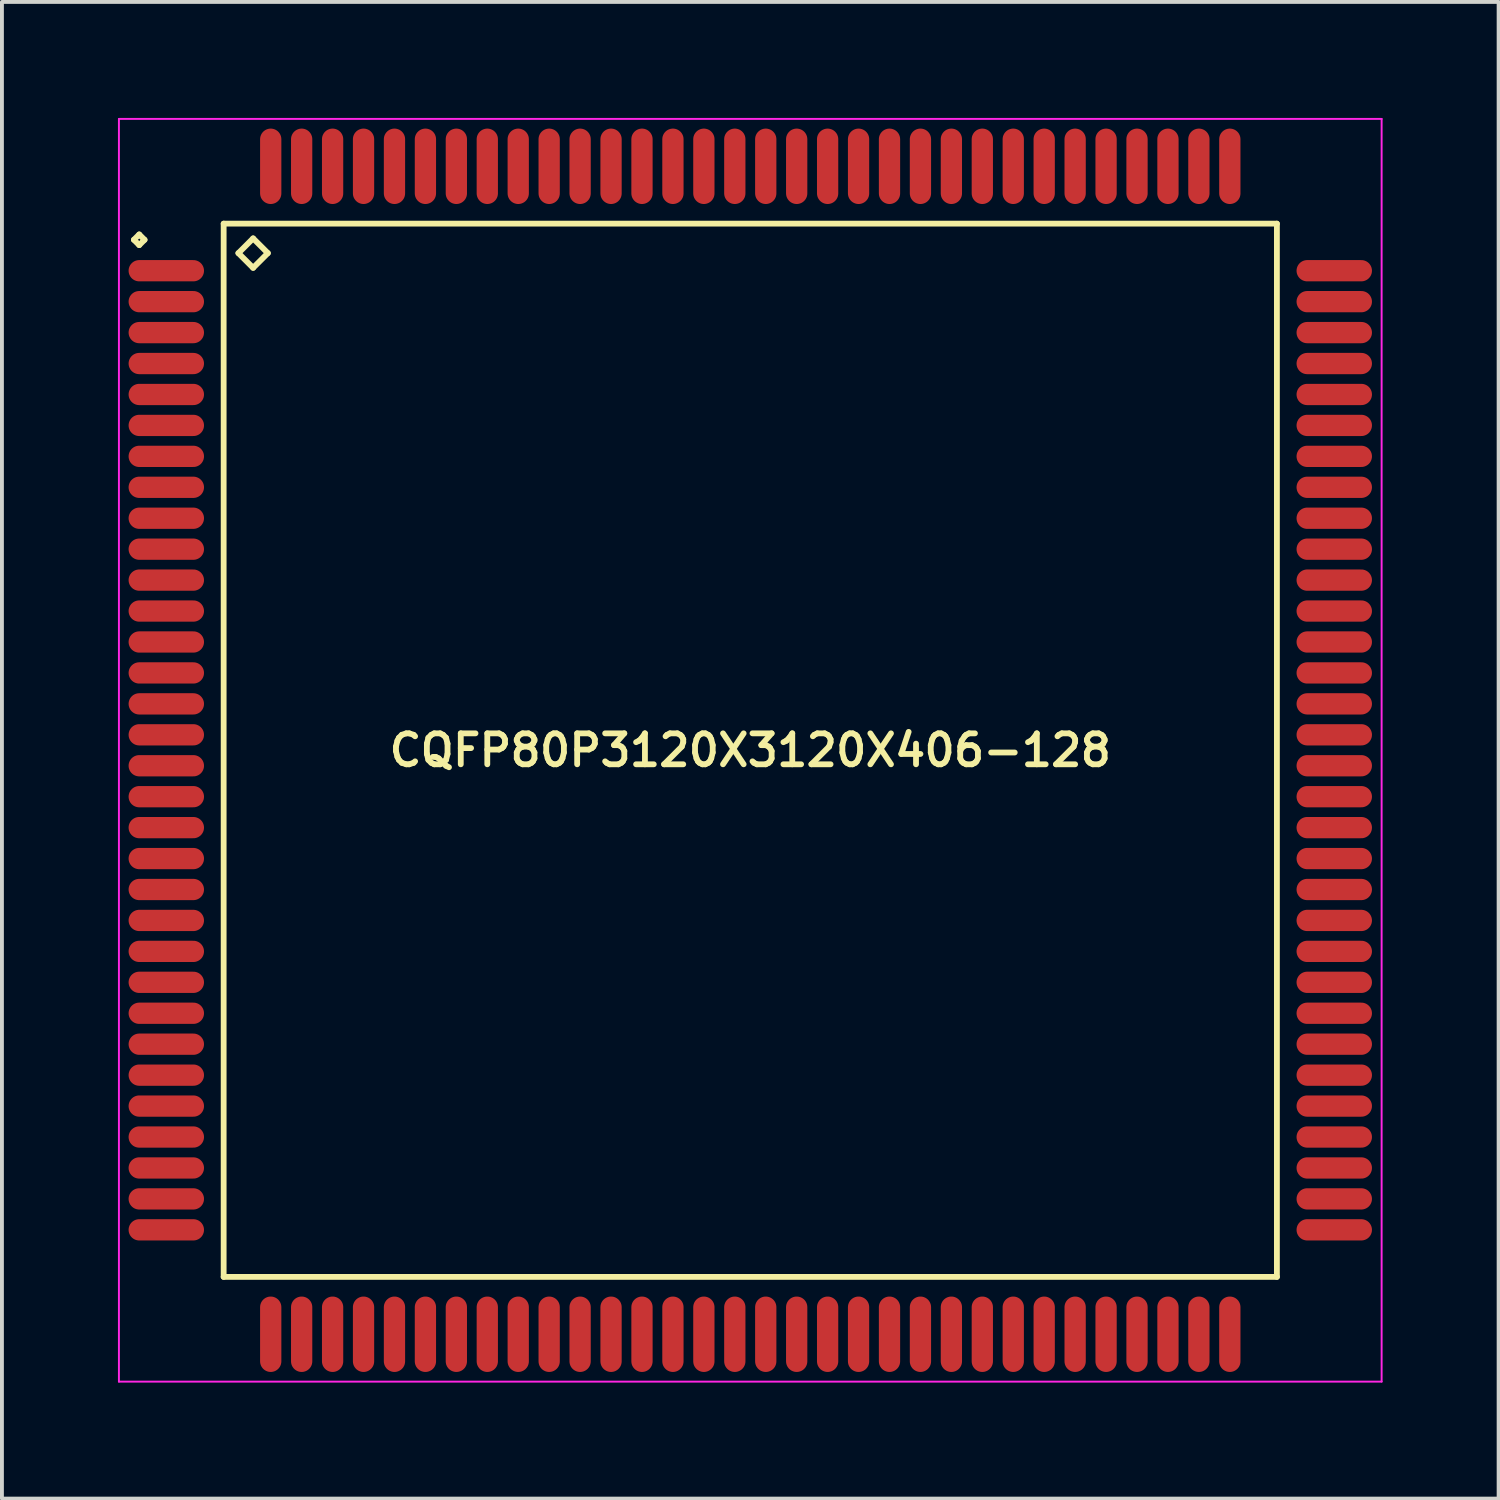
<source format=kicad_pcb>
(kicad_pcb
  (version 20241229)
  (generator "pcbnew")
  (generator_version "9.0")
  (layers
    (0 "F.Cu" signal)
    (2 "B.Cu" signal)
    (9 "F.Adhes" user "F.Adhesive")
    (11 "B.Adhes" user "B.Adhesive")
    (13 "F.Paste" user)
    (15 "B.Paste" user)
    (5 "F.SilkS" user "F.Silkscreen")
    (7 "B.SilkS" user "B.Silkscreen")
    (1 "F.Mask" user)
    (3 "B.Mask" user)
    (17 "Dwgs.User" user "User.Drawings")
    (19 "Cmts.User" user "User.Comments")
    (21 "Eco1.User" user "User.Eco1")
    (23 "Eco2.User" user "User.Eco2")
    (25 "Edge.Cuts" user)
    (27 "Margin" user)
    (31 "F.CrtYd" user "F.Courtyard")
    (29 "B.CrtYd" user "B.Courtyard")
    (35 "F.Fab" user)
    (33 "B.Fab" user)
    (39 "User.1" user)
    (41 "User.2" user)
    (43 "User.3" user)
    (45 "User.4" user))
  (footprint "CQFP80P3120X3120X406-128"
    (layer "F.Cu")
    (at 16.35 16.35)
    (property "Reference" "CQFP80P3120X3120X406-128" (at 0 0 0) (layer "F.SilkS") (effects (font (size 0.8 0.8) (thickness 0.15))))
    (attr smd)
    (fp_line (start -15.938 -13.2) (end -15.8 -13.338) (stroke (width 0.15) (type solid)) (layer "F.SilkS"))
    (fp_line (start -15.8 -13.338) (end -15.662 -13.2) (stroke (width 0.15) (type solid)) (layer "F.SilkS"))
    (fp_line (start -15.8 -13.062) (end -15.938 -13.2) (stroke (width 0.15) (type solid)) (layer "F.SilkS"))
    (fp_line (start -15.662 -13.2) (end -15.8 -13.062) (stroke (width 0.15) (type solid)) (layer "F.SilkS"))
    (fp_line (start -13.617 -13.617) (end -13.617 13.617) (stroke (width 0.15) (type solid)) (layer "F.SilkS"))
    (fp_line (start -13.617 13.617) (end 13.617 13.617) (stroke (width 0.15) (type solid)) (layer "F.SilkS"))
    (fp_line (start -13.236 -12.855) (end -12.855 -13.236) (stroke (width 0.15) (type solid)) (layer "F.SilkS"))
    (fp_line (start -12.855 -13.236) (end -12.474 -12.855) (stroke (width 0.15) (type solid)) (layer "F.SilkS"))
    (fp_line (start -12.855 -12.474) (end -13.236 -12.855) (stroke (width 0.15) (type solid)) (layer "F.SilkS"))
    (fp_line (start -12.474 -12.855) (end -12.855 -12.474) (stroke (width 0.15) (type solid)) (layer "F.SilkS"))
    (fp_line (start 13.617 -13.617) (end -13.617 -13.617) (stroke (width 0.15) (type solid)) (layer "F.SilkS"))
    (fp_line (start 13.617 13.617) (end 13.617 -13.617) (stroke (width 0.15) (type solid)) (layer "F.SilkS"))
    (fp_line (start -16.325 -16.325) (end 16.325 -16.325) (stroke (width 0.05) (type solid)) (layer "F.CrtYd"))
    (fp_line (start -16.325 16.325) (end -16.325 -16.325) (stroke (width 0.05) (type solid)) (layer "F.CrtYd"))
    (fp_line (start 16.325 -16.325) (end 16.325 16.325) (stroke (width 0.05) (type solid)) (layer "F.CrtYd"))
    (fp_line (start 16.325 16.325) (end -16.325 16.325) (stroke (width 0.05) (type solid)) (layer "F.CrtYd"))
    (pad "1" smd oval (at -15.1 -12.4) (size 1.95 0.55) (layers "F.Cu" "F.Mask" "F.Paste"))
    (pad "2" smd oval (at -15.1 -11.6) (size 1.95 0.55) (layers "F.Cu" "F.Mask" "F.Paste"))
    (pad "3" smd oval (at -15.1 -10.8) (size 1.95 0.55) (layers "F.Cu" "F.Mask" "F.Paste"))
    (pad "4" smd oval (at -15.1 -10) (size 1.95 0.55) (layers "F.Cu" "F.Mask" "F.Paste"))
    (pad "5" smd oval (at -15.1 -9.2) (size 1.95 0.55) (layers "F.Cu" "F.Mask" "F.Paste"))
    (pad "6" smd oval (at -15.1 -8.4) (size 1.95 0.55) (layers "F.Cu" "F.Mask" "F.Paste"))
    (pad "7" smd oval (at -15.1 -7.6) (size 1.95 0.55) (layers "F.Cu" "F.Mask" "F.Paste"))
    (pad "8" smd oval (at -15.1 -6.8) (size 1.95 0.55) (layers "F.Cu" "F.Mask" "F.Paste"))
    (pad "9" smd oval (at -15.1 -6) (size 1.95 0.55) (layers "F.Cu" "F.Mask" "F.Paste"))
    (pad "10" smd oval (at -15.1 -5.2) (size 1.95 0.55) (layers "F.Cu" "F.Mask" "F.Paste"))
    (pad "11" smd oval (at -15.1 -4.4) (size 1.95 0.55) (layers "F.Cu" "F.Mask" "F.Paste"))
    (pad "12" smd oval (at -15.1 -3.6) (size 1.95 0.55) (layers "F.Cu" "F.Mask" "F.Paste"))
    (pad "13" smd oval (at -15.1 -2.8) (size 1.95 0.55) (layers "F.Cu" "F.Mask" "F.Paste"))
    (pad "14" smd oval (at -15.1 -2) (size 1.95 0.55) (layers "F.Cu" "F.Mask" "F.Paste"))
    (pad "15" smd oval (at -15.1 -1.2) (size 1.95 0.55) (layers "F.Cu" "F.Mask" "F.Paste"))
    (pad "16" smd oval (at -15.1 -0.4) (size 1.95 0.55) (layers "F.Cu" "F.Mask" "F.Paste"))
    (pad "17" smd oval (at -15.1 0.4) (size 1.95 0.55) (layers "F.Cu" "F.Mask" "F.Paste"))
    (pad "18" smd oval (at -15.1 1.2) (size 1.95 0.55) (layers "F.Cu" "F.Mask" "F.Paste"))
    (pad "19" smd oval (at -15.1 2) (size 1.95 0.55) (layers "F.Cu" "F.Mask" "F.Paste"))
    (pad "20" smd oval (at -15.1 2.8) (size 1.95 0.55) (layers "F.Cu" "F.Mask" "F.Paste"))
    (pad "21" smd oval (at -15.1 3.6) (size 1.95 0.55) (layers "F.Cu" "F.Mask" "F.Paste"))
    (pad "22" smd oval (at -15.1 4.4) (size 1.95 0.55) (layers "F.Cu" "F.Mask" "F.Paste"))
    (pad "23" smd oval (at -15.1 5.2) (size 1.95 0.55) (layers "F.Cu" "F.Mask" "F.Paste"))
    (pad "24" smd oval (at -15.1 6) (size 1.95 0.55) (layers "F.Cu" "F.Mask" "F.Paste"))
    (pad "25" smd oval (at -15.1 6.8) (size 1.95 0.55) (layers "F.Cu" "F.Mask" "F.Paste"))
    (pad "26" smd oval (at -15.1 7.6) (size 1.95 0.55) (layers "F.Cu" "F.Mask" "F.Paste"))
    (pad "27" smd oval (at -15.1 8.4) (size 1.95 0.55) (layers "F.Cu" "F.Mask" "F.Paste"))
    (pad "28" smd oval (at -15.1 9.2) (size 1.95 0.55) (layers "F.Cu" "F.Mask" "F.Paste"))
    (pad "29" smd oval (at -15.1 10) (size 1.95 0.55) (layers "F.Cu" "F.Mask" "F.Paste"))
    (pad "30" smd oval (at -15.1 10.8) (size 1.95 0.55) (layers "F.Cu" "F.Mask" "F.Paste"))
    (pad "31" smd oval (at -15.1 11.6) (size 1.95 0.55) (layers "F.Cu" "F.Mask" "F.Paste"))
    (pad "32" smd oval (at -15.1 12.4) (size 1.95 0.55) (layers "F.Cu" "F.Mask" "F.Paste"))
    (pad "33" smd oval (at -12.4 15.1) (size 0.55 1.95) (layers "F.Cu" "F.Mask" "F.Paste"))
    (pad "34" smd oval (at -11.6 15.1) (size 0.55 1.95) (layers "F.Cu" "F.Mask" "F.Paste"))
    (pad "35" smd oval (at -10.8 15.1) (size 0.55 1.95) (layers "F.Cu" "F.Mask" "F.Paste"))
    (pad "36" smd oval (at -10 15.1) (size 0.55 1.95) (layers "F.Cu" "F.Mask" "F.Paste"))
    (pad "37" smd oval (at -9.2 15.1) (size 0.55 1.95) (layers "F.Cu" "F.Mask" "F.Paste"))
    (pad "38" smd oval (at -8.4 15.1) (size 0.55 1.95) (layers "F.Cu" "F.Mask" "F.Paste"))
    (pad "39" smd oval (at -7.6 15.1) (size 0.55 1.95) (layers "F.Cu" "F.Mask" "F.Paste"))
    (pad "40" smd oval (at -6.8 15.1) (size 0.55 1.95) (layers "F.Cu" "F.Mask" "F.Paste"))
    (pad "41" smd oval (at -6 15.1) (size 0.55 1.95) (layers "F.Cu" "F.Mask" "F.Paste"))
    (pad "42" smd oval (at -5.2 15.1) (size 0.55 1.95) (layers "F.Cu" "F.Mask" "F.Paste"))
    (pad "43" smd oval (at -4.4 15.1) (size 0.55 1.95) (layers "F.Cu" "F.Mask" "F.Paste"))
    (pad "44" smd oval (at -3.6 15.1) (size 0.55 1.95) (layers "F.Cu" "F.Mask" "F.Paste"))
    (pad "45" smd oval (at -2.8 15.1) (size 0.55 1.95) (layers "F.Cu" "F.Mask" "F.Paste"))
    (pad "46" smd oval (at -2 15.1) (size 0.55 1.95) (layers "F.Cu" "F.Mask" "F.Paste"))
    (pad "47" smd oval (at -1.2 15.1) (size 0.55 1.95) (layers "F.Cu" "F.Mask" "F.Paste"))
    (pad "48" smd oval (at -0.4 15.1) (size 0.55 1.95) (layers "F.Cu" "F.Mask" "F.Paste"))
    (pad "49" smd oval (at 0.4 15.1) (size 0.55 1.95) (layers "F.Cu" "F.Mask" "F.Paste"))
    (pad "50" smd oval (at 1.2 15.1) (size 0.55 1.95) (layers "F.Cu" "F.Mask" "F.Paste"))
    (pad "51" smd oval (at 2 15.1) (size 0.55 1.95) (layers "F.Cu" "F.Mask" "F.Paste"))
    (pad "52" smd oval (at 2.8 15.1) (size 0.55 1.95) (layers "F.Cu" "F.Mask" "F.Paste"))
    (pad "53" smd oval (at 3.6 15.1) (size 0.55 1.95) (layers "F.Cu" "F.Mask" "F.Paste"))
    (pad "54" smd oval (at 4.4 15.1) (size 0.55 1.95) (layers "F.Cu" "F.Mask" "F.Paste"))
    (pad "55" smd oval (at 5.2 15.1) (size 0.55 1.95) (layers "F.Cu" "F.Mask" "F.Paste"))
    (pad "56" smd oval (at 6 15.1) (size 0.55 1.95) (layers "F.Cu" "F.Mask" "F.Paste"))
    (pad "57" smd oval (at 6.8 15.1) (size 0.55 1.95) (layers "F.Cu" "F.Mask" "F.Paste"))
    (pad "58" smd oval (at 7.6 15.1) (size 0.55 1.95) (layers "F.Cu" "F.Mask" "F.Paste"))
    (pad "59" smd oval (at 8.4 15.1) (size 0.55 1.95) (layers "F.Cu" "F.Mask" "F.Paste"))
    (pad "60" smd oval (at 9.2 15.1) (size 0.55 1.95) (layers "F.Cu" "F.Mask" "F.Paste"))
    (pad "61" smd oval (at 10 15.1) (size 0.55 1.95) (layers "F.Cu" "F.Mask" "F.Paste"))
    (pad "62" smd oval (at 10.8 15.1) (size 0.55 1.95) (layers "F.Cu" "F.Mask" "F.Paste"))
    (pad "63" smd oval (at 11.6 15.1) (size 0.55 1.95) (layers "F.Cu" "F.Mask" "F.Paste"))
    (pad "64" smd oval (at 12.4 15.1) (size 0.55 1.95) (layers "F.Cu" "F.Mask" "F.Paste"))
    (pad "65" smd oval (at 15.1 12.4) (size 1.95 0.55) (layers "F.Cu" "F.Mask" "F.Paste"))
    (pad "66" smd oval (at 15.1 11.6) (size 1.95 0.55) (layers "F.Cu" "F.Mask" "F.Paste"))
    (pad "67" smd oval (at 15.1 10.8) (size 1.95 0.55) (layers "F.Cu" "F.Mask" "F.Paste"))
    (pad "68" smd oval (at 15.1 10) (size 1.95 0.55) (layers "F.Cu" "F.Mask" "F.Paste"))
    (pad "69" smd oval (at 15.1 9.2) (size 1.95 0.55) (layers "F.Cu" "F.Mask" "F.Paste"))
    (pad "70" smd oval (at 15.1 8.4) (size 1.95 0.55) (layers "F.Cu" "F.Mask" "F.Paste"))
    (pad "71" smd oval (at 15.1 7.6) (size 1.95 0.55) (layers "F.Cu" "F.Mask" "F.Paste"))
    (pad "72" smd oval (at 15.1 6.8) (size 1.95 0.55) (layers "F.Cu" "F.Mask" "F.Paste"))
    (pad "73" smd oval (at 15.1 6) (size 1.95 0.55) (layers "F.Cu" "F.Mask" "F.Paste"))
    (pad "74" smd oval (at 15.1 5.2) (size 1.95 0.55) (layers "F.Cu" "F.Mask" "F.Paste"))
    (pad "75" smd oval (at 15.1 4.4) (size 1.95 0.55) (layers "F.Cu" "F.Mask" "F.Paste"))
    (pad "76" smd oval (at 15.1 3.6) (size 1.95 0.55) (layers "F.Cu" "F.Mask" "F.Paste"))
    (pad "77" smd oval (at 15.1 2.8) (size 1.95 0.55) (layers "F.Cu" "F.Mask" "F.Paste"))
    (pad "78" smd oval (at 15.1 2) (size 1.95 0.55) (layers "F.Cu" "F.Mask" "F.Paste"))
    (pad "79" smd oval (at 15.1 1.2) (size 1.95 0.55) (layers "F.Cu" "F.Mask" "F.Paste"))
    (pad "80" smd oval (at 15.1 0.4) (size 1.95 0.55) (layers "F.Cu" "F.Mask" "F.Paste"))
    (pad "81" smd oval (at 15.1 -0.4) (size 1.95 0.55) (layers "F.Cu" "F.Mask" "F.Paste"))
    (pad "82" smd oval (at 15.1 -1.2) (size 1.95 0.55) (layers "F.Cu" "F.Mask" "F.Paste"))
    (pad "83" smd oval (at 15.1 -2) (size 1.95 0.55) (layers "F.Cu" "F.Mask" "F.Paste"))
    (pad "84" smd oval (at 15.1 -2.8) (size 1.95 0.55) (layers "F.Cu" "F.Mask" "F.Paste"))
    (pad "85" smd oval (at 15.1 -3.6) (size 1.95 0.55) (layers "F.Cu" "F.Mask" "F.Paste"))
    (pad "86" smd oval (at 15.1 -4.4) (size 1.95 0.55) (layers "F.Cu" "F.Mask" "F.Paste"))
    (pad "87" smd oval (at 15.1 -5.2) (size 1.95 0.55) (layers "F.Cu" "F.Mask" "F.Paste"))
    (pad "88" smd oval (at 15.1 -6) (size 1.95 0.55) (layers "F.Cu" "F.Mask" "F.Paste"))
    (pad "89" smd oval (at 15.1 -6.8) (size 1.95 0.55) (layers "F.Cu" "F.Mask" "F.Paste"))
    (pad "90" smd oval (at 15.1 -7.6) (size 1.95 0.55) (layers "F.Cu" "F.Mask" "F.Paste"))
    (pad "91" smd oval (at 15.1 -8.4) (size 1.95 0.55) (layers "F.Cu" "F.Mask" "F.Paste"))
    (pad "92" smd oval (at 15.1 -9.2) (size 1.95 0.55) (layers "F.Cu" "F.Mask" "F.Paste"))
    (pad "93" smd oval (at 15.1 -10) (size 1.95 0.55) (layers "F.Cu" "F.Mask" "F.Paste"))
    (pad "94" smd oval (at 15.1 -10.8) (size 1.95 0.55) (layers "F.Cu" "F.Mask" "F.Paste"))
    (pad "95" smd oval (at 15.1 -11.6) (size 1.95 0.55) (layers "F.Cu" "F.Mask" "F.Paste"))
    (pad "96" smd oval (at 15.1 -12.4) (size 1.95 0.55) (layers "F.Cu" "F.Mask" "F.Paste"))
    (pad "97" smd oval (at 12.4 -15.1) (size 0.55 1.95) (layers "F.Cu" "F.Mask" "F.Paste"))
    (pad "98" smd oval (at 11.6 -15.1) (size 0.55 1.95) (layers "F.Cu" "F.Mask" "F.Paste"))
    (pad "99" smd oval (at 10.8 -15.1) (size 0.55 1.95) (layers "F.Cu" "F.Mask" "F.Paste"))
    (pad "100" smd oval (at 10 -15.1) (size 0.55 1.95) (layers "F.Cu" "F.Mask" "F.Paste"))
    (pad "101" smd oval (at 9.2 -15.1) (size 0.55 1.95) (layers "F.Cu" "F.Mask" "F.Paste"))
    (pad "102" smd oval (at 8.4 -15.1) (size 0.55 1.95) (layers "F.Cu" "F.Mask" "F.Paste"))
    (pad "103" smd oval (at 7.6 -15.1) (size 0.55 1.95) (layers "F.Cu" "F.Mask" "F.Paste"))
    (pad "104" smd oval (at 6.8 -15.1) (size 0.55 1.95) (layers "F.Cu" "F.Mask" "F.Paste"))
    (pad "105" smd oval (at 6 -15.1) (size 0.55 1.95) (layers "F.Cu" "F.Mask" "F.Paste"))
    (pad "106" smd oval (at 5.2 -15.1) (size 0.55 1.95) (layers "F.Cu" "F.Mask" "F.Paste"))
    (pad "107" smd oval (at 4.4 -15.1) (size 0.55 1.95) (layers "F.Cu" "F.Mask" "F.Paste"))
    (pad "108" smd oval (at 3.6 -15.1) (size 0.55 1.95) (layers "F.Cu" "F.Mask" "F.Paste"))
    (pad "109" smd oval (at 2.8 -15.1) (size 0.55 1.95) (layers "F.Cu" "F.Mask" "F.Paste"))
    (pad "110" smd oval (at 2 -15.1) (size 0.55 1.95) (layers "F.Cu" "F.Mask" "F.Paste"))
    (pad "111" smd oval (at 1.2 -15.1) (size 0.55 1.95) (layers "F.Cu" "F.Mask" "F.Paste"))
    (pad "112" smd oval (at 0.4 -15.1) (size 0.55 1.95) (layers "F.Cu" "F.Mask" "F.Paste"))
    (pad "113" smd oval (at -0.4 -15.1) (size 0.55 1.95) (layers "F.Cu" "F.Mask" "F.Paste"))
    (pad "114" smd oval (at -1.2 -15.1) (size 0.55 1.95) (layers "F.Cu" "F.Mask" "F.Paste"))
    (pad "115" smd oval (at -2 -15.1) (size 0.55 1.95) (layers "F.Cu" "F.Mask" "F.Paste"))
    (pad "116" smd oval (at -2.8 -15.1) (size 0.55 1.95) (layers "F.Cu" "F.Mask" "F.Paste"))
    (pad "117" smd oval (at -3.6 -15.1) (size 0.55 1.95) (layers "F.Cu" "F.Mask" "F.Paste"))
    (pad "118" smd oval (at -4.4 -15.1) (size 0.55 1.95) (layers "F.Cu" "F.Mask" "F.Paste"))
    (pad "119" smd oval (at -5.2 -15.1) (size 0.55 1.95) (layers "F.Cu" "F.Mask" "F.Paste"))
    (pad "120" smd oval (at -6 -15.1) (size 0.55 1.95) (layers "F.Cu" "F.Mask" "F.Paste"))
    (pad "121" smd oval (at -6.8 -15.1) (size 0.55 1.95) (layers "F.Cu" "F.Mask" "F.Paste"))
    (pad "122" smd oval (at -7.6 -15.1) (size 0.55 1.95) (layers "F.Cu" "F.Mask" "F.Paste"))
    (pad "123" smd oval (at -8.4 -15.1) (size 0.55 1.95) (layers "F.Cu" "F.Mask" "F.Paste"))
    (pad "124" smd oval (at -9.2 -15.1) (size 0.55 1.95) (layers "F.Cu" "F.Mask" "F.Paste"))
    (pad "125" smd oval (at -10 -15.1) (size 0.55 1.95) (layers "F.Cu" "F.Mask" "F.Paste"))
    (pad "126" smd oval (at -10.8 -15.1) (size 0.55 1.95) (layers "F.Cu" "F.Mask" "F.Paste"))
    (pad "127" smd oval (at -11.6 -15.1) (size 0.55 1.95) (layers "F.Cu" "F.Mask" "F.Paste"))
    (pad "128" smd oval (at -12.4 -15.1) (size 0.55 1.95) (layers "F.Cu" "F.Mask" "F.Paste")))
  (gr_rect
    (start -3 -3)
    (end 35.7 35.7)
    (stroke (width 0.1) (type default))
    (fill no)
    (layer "Edge.Cuts")))
</source>
